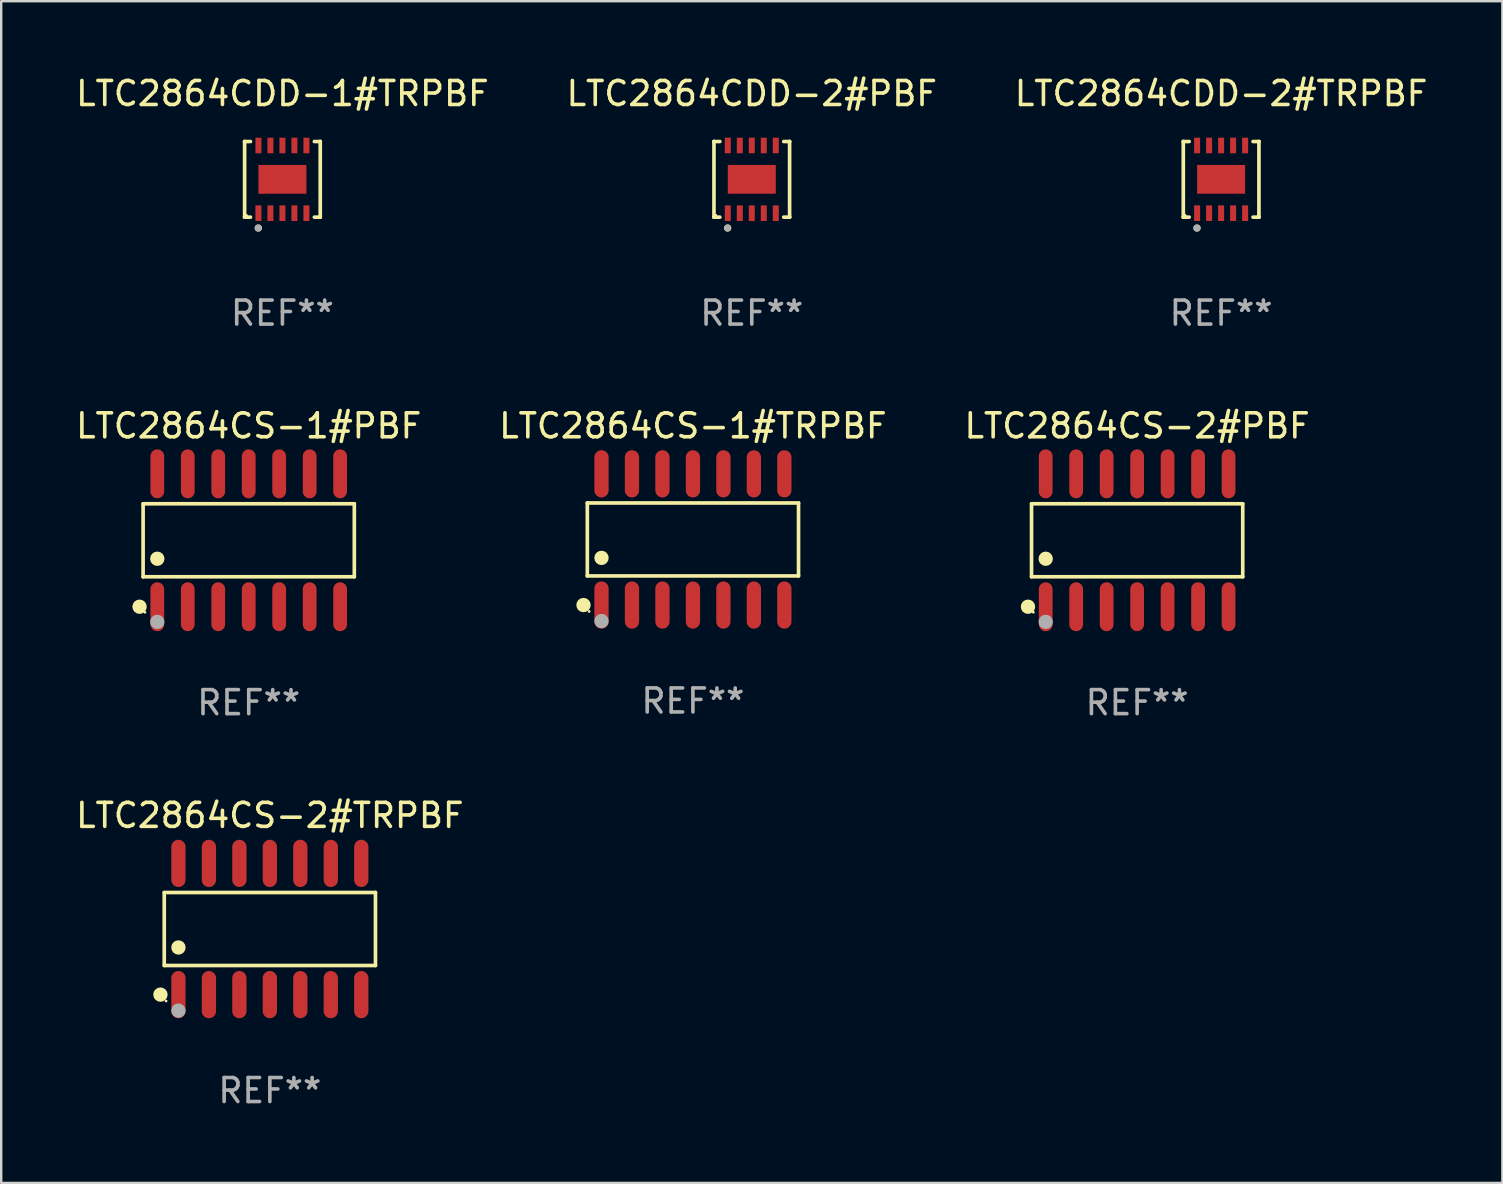
<source format=kicad_pcb>
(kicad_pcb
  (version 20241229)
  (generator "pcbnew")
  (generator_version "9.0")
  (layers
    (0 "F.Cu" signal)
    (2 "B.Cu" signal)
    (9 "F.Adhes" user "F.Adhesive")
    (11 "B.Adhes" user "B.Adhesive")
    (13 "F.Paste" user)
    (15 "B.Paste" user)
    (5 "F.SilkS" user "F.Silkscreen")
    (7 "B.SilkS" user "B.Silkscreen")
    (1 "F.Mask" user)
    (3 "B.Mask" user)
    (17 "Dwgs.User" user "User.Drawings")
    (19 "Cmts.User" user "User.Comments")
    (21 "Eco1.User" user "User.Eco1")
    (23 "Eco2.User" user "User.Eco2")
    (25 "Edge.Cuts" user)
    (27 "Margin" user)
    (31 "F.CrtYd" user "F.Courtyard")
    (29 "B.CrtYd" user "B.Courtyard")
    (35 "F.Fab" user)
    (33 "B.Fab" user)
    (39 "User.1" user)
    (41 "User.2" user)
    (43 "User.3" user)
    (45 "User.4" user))
  (footprint "LTC2864CDD-1#TRPBF"
    (layer "F.Cu")
    (at 8.72 4.424)
    (property "Reference" "LTC2864CDD-1#TRPBF" (at 0 -3.576 0) (layer "F.SilkS") (effects (font (size 1 1) (thickness 0.15))))
    (attr through_hole)
    (fp_line (start -1.576 -1.576) (end -1.576 -1.576) (stroke (width 0.152) (type solid)) (layer "F.SilkS"))
    (fp_line (start -1.576 -1.576) (end -1.331 -1.576) (stroke (width 0.152) (type solid)) (layer "F.SilkS"))
    (fp_line (start -1.576 1.576) (end -1.576 -1.576) (stroke (width 0.152) (type solid)) (layer "F.SilkS"))
    (fp_line (start -1.576 1.576) (end -1.576 1.576) (stroke (width 0.152) (type solid)) (layer "F.SilkS"))
    (fp_line (start -1.331 1.576) (end -1.576 1.576) (stroke (width 0.152) (type solid)) (layer "F.SilkS"))
    (fp_line (start 1.331 1.576) (end 1.576 1.576) (stroke (width 0.152) (type solid)) (layer "F.SilkS"))
    (fp_line (start 1.576 -1.576) (end 1.331 -1.576) (stroke (width 0.152) (type solid)) (layer "F.SilkS"))
    (fp_line (start 1.576 -1.576) (end 1.576 -1.576) (stroke (width 0.152) (type solid)) (layer "F.SilkS"))
    (fp_line (start 1.576 1.576) (end 1.576 -1.576) (stroke (width 0.152) (type solid)) (layer "F.SilkS"))
    (fp_line (start 1.576 1.576) (end 1.576 1.576) (stroke (width 0.152) (type solid)) (layer "F.SilkS"))
    (fp_circle (center -1.5 1.5) (end -1.47 1.5) (stroke (width 0.06) (type solid)) (fill no) (layer "F.SilkS"))
    (fp_circle (center -1 2.028) (end -0.925 2.028) (stroke (width 0.15) (type solid)) (fill no) (layer "F.SilkS"))
    (fp_circle (center -1.016 2.032) (end -0.941 2.032) (stroke (width 0.15) (type solid)) (fill no) (layer "F.Fab"))
    (fp_text user "REF**" (at 0 5.576 0) (layer "F.Fab") (effects (font (size 1 1) (thickness 0.15))))
    (pad "1" smd rect (at -1 1.411) (size 0.25 0.65) (layers "F.Cu" "F.Mask" "F.Paste"))
    (pad "2" smd rect (at -0.5 1.411) (size 0.25 0.65) (layers "F.Cu" "F.Mask" "F.Paste"))
    (pad "3" smd rect (at 0 1.411) (size 0.25 0.65) (layers "F.Cu" "F.Mask" "F.Paste"))
    (pad "4" smd rect (at 0.5 1.411) (size 0.25 0.65) (layers "F.Cu" "F.Mask" "F.Paste"))
    (pad "5" smd rect (at 1 1.411) (size 0.25 0.65) (layers "F.Cu" "F.Mask" "F.Paste"))
    (pad "6" smd rect (at 1 -1.411) (size 0.25 0.65) (layers "F.Cu" "F.Mask" "F.Paste"))
    (pad "7" smd rect (at 0.5 -1.411) (size 0.25 0.65) (layers "F.Cu" "F.Mask" "F.Paste"))
    (pad "8" smd rect (at 0 -1.411) (size 0.25 0.65) (layers "F.Cu" "F.Mask" "F.Paste"))
    (pad "9" smd rect (at -0.5 -1.411) (size 0.25 0.65) (layers "F.Cu" "F.Mask" "F.Paste"))
    (pad "10" smd rect (at -1 -1.411) (size 0.25 0.65) (layers "F.Cu" "F.Mask" "F.Paste"))
    (pad "11" smd rect (at 0 0) (size 2 1.2) (layers "F.Cu" "F.Mask" "F.Paste")))
  (footprint "LTC2864CS-2#TRPBF"
    (layer "F.Cu")
    (at 8.196 35.666)
    (property "Reference" "LTC2864CS-2#TRPBF" (at 0 -4.734 0) (layer "F.SilkS") (effects (font (size 1 1) (thickness 0.15))))
    (attr through_hole)
    (fp_line (start -4.401 -1.521) (end 4.401 -1.521) (stroke (width 0.152) (type solid)) (layer "F.SilkS"))
    (fp_line (start -4.401 1.521) (end -4.401 -1.521) (stroke (width 0.152) (type solid)) (layer "F.SilkS"))
    (fp_line (start 4.401 -1.521) (end 4.401 1.521) (stroke (width 0.152) (type solid)) (layer "F.SilkS"))
    (fp_line (start 4.401 1.521) (end -4.401 1.521) (stroke (width 0.152) (type solid)) (layer "F.SilkS"))
    (fp_circle (center -4.56 2.734) (end -4.41 2.734) (stroke (width 0.3) (type solid)) (fill no) (layer "F.SilkS"))
    (fp_circle (center -4.325 3) (end -4.295 3) (stroke (width 0.06) (type solid)) (fill no) (layer "F.SilkS"))
    (fp_circle (center -3.81 0.769) (end -3.66 0.769) (stroke (width 0.3) (type solid)) (fill no) (layer "F.SilkS"))
    (fp_circle (center -3.81 3.4) (end -3.66 3.4) (stroke (width 0.3) (type solid)) (fill no) (layer "F.Fab"))
    (fp_text user "REF**" (at 0 6.734 0) (layer "F.Fab") (effects (font (size 1 1) (thickness 0.15))))
    (pad "1" smd oval (at -3.81 2.734) (size 0.595 1.968) (layers "F.Cu" "F.Mask" "F.Paste"))
    (pad "2" smd oval (at -2.54 2.734) (size 0.595 1.968) (layers "F.Cu" "F.Mask" "F.Paste"))
    (pad "3" smd oval (at -1.27 2.734) (size 0.595 1.968) (layers "F.Cu" "F.Mask" "F.Paste"))
    (pad "4" smd oval (at 0 2.734) (size 0.595 1.968) (layers "F.Cu" "F.Mask" "F.Paste"))
    (pad "5" smd oval (at 1.27 2.734) (size 0.595 1.968) (layers "F.Cu" "F.Mask" "F.Paste"))
    (pad "6" smd oval (at 2.54 2.734) (size 0.595 1.968) (layers "F.Cu" "F.Mask" "F.Paste"))
    (pad "7" smd oval (at 3.81 2.734) (size 0.595 1.968) (layers "F.Cu" "F.Mask" "F.Paste"))
    (pad "8" smd oval (at 3.81 -2.734) (size 0.595 1.968) (layers "F.Cu" "F.Mask" "F.Paste"))
    (pad "9" smd oval (at 2.54 -2.734) (size 0.595 1.968) (layers "F.Cu" "F.Mask" "F.Paste"))
    (pad "10" smd oval (at 1.27 -2.734) (size 0.595 1.968) (layers "F.Cu" "F.Mask" "F.Paste"))
    (pad "11" smd oval (at 0 -2.734) (size 0.595 1.968) (layers "F.Cu" "F.Mask" "F.Paste"))
    (pad "12" smd oval (at -1.27 -2.734) (size 0.595 1.968) (layers "F.Cu" "F.Mask" "F.Paste"))
    (pad "13" smd oval (at -2.54 -2.734) (size 0.595 1.968) (layers "F.Cu" "F.Mask" "F.Paste"))
    (pad "14" smd oval (at -3.81 -2.734) (size 0.595 1.968) (layers "F.Cu" "F.Mask" "F.Paste")))
  (footprint "LTC2864CDD-2#PBF"
    (layer "F.Cu")
    (at 28.28 4.424)
    (property "Reference" "LTC2864CDD-2#PBF" (at 0 -3.576 0) (layer "F.SilkS") (effects (font (size 1 1) (thickness 0.15))))
    (attr through_hole)
    (fp_line (start -1.576 -1.576) (end -1.576 -1.576) (stroke (width 0.152) (type solid)) (layer "F.SilkS"))
    (fp_line (start -1.576 -1.576) (end -1.331 -1.576) (stroke (width 0.152) (type solid)) (layer "F.SilkS"))
    (fp_line (start -1.576 1.576) (end -1.576 -1.576) (stroke (width 0.152) (type solid)) (layer "F.SilkS"))
    (fp_line (start -1.576 1.576) (end -1.576 1.576) (stroke (width 0.152) (type solid)) (layer "F.SilkS"))
    (fp_line (start -1.331 1.576) (end -1.576 1.576) (stroke (width 0.152) (type solid)) (layer "F.SilkS"))
    (fp_line (start 1.331 1.576) (end 1.576 1.576) (stroke (width 0.152) (type solid)) (layer "F.SilkS"))
    (fp_line (start 1.576 -1.576) (end 1.331 -1.576) (stroke (width 0.152) (type solid)) (layer "F.SilkS"))
    (fp_line (start 1.576 -1.576) (end 1.576 -1.576) (stroke (width 0.152) (type solid)) (layer "F.SilkS"))
    (fp_line (start 1.576 1.576) (end 1.576 -1.576) (stroke (width 0.152) (type solid)) (layer "F.SilkS"))
    (fp_line (start 1.576 1.576) (end 1.576 1.576) (stroke (width 0.152) (type solid)) (layer "F.SilkS"))
    (fp_circle (center -1.5 1.5) (end -1.47 1.5) (stroke (width 0.06) (type solid)) (fill no) (layer "F.SilkS"))
    (fp_circle (center -1 2.028) (end -0.925 2.028) (stroke (width 0.15) (type solid)) (fill no) (layer "F.SilkS"))
    (fp_circle (center -1.016 2.032) (end -0.941 2.032) (stroke (width 0.15) (type solid)) (fill no) (layer "F.Fab"))
    (fp_text user "REF**" (at 0 5.576 0) (layer "F.Fab") (effects (font (size 1 1) (thickness 0.15))))
    (pad "1" smd rect (at -1 1.411) (size 0.25 0.65) (layers "F.Cu" "F.Mask" "F.Paste"))
    (pad "2" smd rect (at -0.5 1.411) (size 0.25 0.65) (layers "F.Cu" "F.Mask" "F.Paste"))
    (pad "3" smd rect (at 0 1.411) (size 0.25 0.65) (layers "F.Cu" "F.Mask" "F.Paste"))
    (pad "4" smd rect (at 0.5 1.411) (size 0.25 0.65) (layers "F.Cu" "F.Mask" "F.Paste"))
    (pad "5" smd rect (at 1 1.411) (size 0.25 0.65) (layers "F.Cu" "F.Mask" "F.Paste"))
    (pad "6" smd rect (at 1 -1.411) (size 0.25 0.65) (layers "F.Cu" "F.Mask" "F.Paste"))
    (pad "7" smd rect (at 0.5 -1.411) (size 0.25 0.65) (layers "F.Cu" "F.Mask" "F.Paste"))
    (pad "8" smd rect (at 0 -1.411) (size 0.25 0.65) (layers "F.Cu" "F.Mask" "F.Paste"))
    (pad "9" smd rect (at -0.5 -1.411) (size 0.25 0.65) (layers "F.Cu" "F.Mask" "F.Paste"))
    (pad "10" smd rect (at -1 -1.411) (size 0.25 0.65) (layers "F.Cu" "F.Mask" "F.Paste"))
    (pad "11" smd rect (at 0 0) (size 2 1.2) (layers "F.Cu" "F.Mask" "F.Paste")))
  (footprint "LTC2864CS-1#PBF"
    (layer "F.Cu")
    (at 7.315 19.466)
    (property "Reference" "LTC2864CS-1#PBF" (at 0 -4.769 0) (layer "F.SilkS") (effects (font (size 1 1) (thickness 0.15))))
    (attr through_hole)
    (fp_line (start -4.401 -1.521) (end 4.401 -1.521) (stroke (width 0.152) (type solid)) (layer "F.SilkS"))
    (fp_line (start -4.401 1.521) (end -4.401 -1.521) (stroke (width 0.152) (type solid)) (layer "F.SilkS"))
    (fp_line (start 4.401 -1.521) (end 4.401 1.521) (stroke (width 0.152) (type solid)) (layer "F.SilkS"))
    (fp_line (start 4.401 1.521) (end -4.401 1.521) (stroke (width 0.152) (type solid)) (layer "F.SilkS"))
    (fp_circle (center -4.549 2.769) (end -4.399 2.769) (stroke (width 0.3) (type solid)) (fill no) (layer "F.SilkS"))
    (fp_circle (center -4.325 3) (end -4.295 3) (stroke (width 0.06) (type solid)) (fill no) (layer "F.SilkS"))
    (fp_circle (center -3.81 0.769) (end -3.66 0.769) (stroke (width 0.3) (type solid)) (fill no) (layer "F.SilkS"))
    (fp_circle (center -3.81 3.4) (end -3.66 3.4) (stroke (width 0.3) (type solid)) (fill no) (layer "F.Fab"))
    (fp_text user "REF**" (at 0 6.769 0) (layer "F.Fab") (effects (font (size 1 1) (thickness 0.15))))
    (pad "1" smd oval (at -3.81 2.769) (size 0.574 2.038) (layers "F.Cu" "F.Mask" "F.Paste"))
    (pad "2" smd oval (at -2.54 2.769) (size 0.574 2.038) (layers "F.Cu" "F.Mask" "F.Paste"))
    (pad "3" smd oval (at -1.27 2.769) (size 0.574 2.038) (layers "F.Cu" "F.Mask" "F.Paste"))
    (pad "4" smd oval (at 0 2.769) (size 0.574 2.038) (layers "F.Cu" "F.Mask" "F.Paste"))
    (pad "5" smd oval (at 1.27 2.769) (size 0.574 2.038) (layers "F.Cu" "F.Mask" "F.Paste"))
    (pad "6" smd oval (at 2.54 2.769) (size 0.574 2.038) (layers "F.Cu" "F.Mask" "F.Paste"))
    (pad "7" smd oval (at 3.81 2.769) (size 0.574 2.038) (layers "F.Cu" "F.Mask" "F.Paste"))
    (pad "8" smd oval (at 3.81 -2.769) (size 0.574 2.038) (layers "F.Cu" "F.Mask" "F.Paste"))
    (pad "9" smd oval (at 2.54 -2.769) (size 0.574 2.038) (layers "F.Cu" "F.Mask" "F.Paste"))
    (pad "10" smd oval (at 1.27 -2.769) (size 0.574 2.038) (layers "F.Cu" "F.Mask" "F.Paste"))
    (pad "11" smd oval (at 0 -2.769) (size 0.574 2.038) (layers "F.Cu" "F.Mask" "F.Paste"))
    (pad "12" smd oval (at -1.27 -2.769) (size 0.574 2.038) (layers "F.Cu" "F.Mask" "F.Paste"))
    (pad "13" smd oval (at -2.54 -2.769) (size 0.574 2.038) (layers "F.Cu" "F.Mask" "F.Paste"))
    (pad "14" smd oval (at -3.81 -2.769) (size 0.574 2.038) (layers "F.Cu" "F.Mask" "F.Paste")))
  (footprint "LTC2864CS-1#TRPBF"
    (layer "F.Cu")
    (at 25.827 19.431)
    (property "Reference" "LTC2864CS-1#TRPBF" (at 0 -4.734 0) (layer "F.SilkS") (effects (font (size 1 1) (thickness 0.15))))
    (attr through_hole)
    (fp_line (start -4.401 -1.521) (end 4.401 -1.521) (stroke (width 0.152) (type solid)) (layer "F.SilkS"))
    (fp_line (start -4.401 1.521) (end -4.401 -1.521) (stroke (width 0.152) (type solid)) (layer "F.SilkS"))
    (fp_line (start 4.401 -1.521) (end 4.401 1.521) (stroke (width 0.152) (type solid)) (layer "F.SilkS"))
    (fp_line (start 4.401 1.521) (end -4.401 1.521) (stroke (width 0.152) (type solid)) (layer "F.SilkS"))
    (fp_circle (center -4.56 2.734) (end -4.41 2.734) (stroke (width 0.3) (type solid)) (fill no) (layer "F.SilkS"))
    (fp_circle (center -4.325 3) (end -4.295 3) (stroke (width 0.06) (type solid)) (fill no) (layer "F.SilkS"))
    (fp_circle (center -3.81 0.769) (end -3.66 0.769) (stroke (width 0.3) (type solid)) (fill no) (layer "F.SilkS"))
    (fp_circle (center -3.81 3.4) (end -3.66 3.4) (stroke (width 0.3) (type solid)) (fill no) (layer "F.Fab"))
    (fp_text user "REF**" (at 0 6.734 0) (layer "F.Fab") (effects (font (size 1 1) (thickness 0.15))))
    (pad "1" smd oval (at -3.81 2.734) (size 0.595 1.968) (layers "F.Cu" "F.Mask" "F.Paste"))
    (pad "2" smd oval (at -2.54 2.734) (size 0.595 1.968) (layers "F.Cu" "F.Mask" "F.Paste"))
    (pad "3" smd oval (at -1.27 2.734) (size 0.595 1.968) (layers "F.Cu" "F.Mask" "F.Paste"))
    (pad "4" smd oval (at 0 2.734) (size 0.595 1.968) (layers "F.Cu" "F.Mask" "F.Paste"))
    (pad "5" smd oval (at 1.27 2.734) (size 0.595 1.968) (layers "F.Cu" "F.Mask" "F.Paste"))
    (pad "6" smd oval (at 2.54 2.734) (size 0.595 1.968) (layers "F.Cu" "F.Mask" "F.Paste"))
    (pad "7" smd oval (at 3.81 2.734) (size 0.595 1.968) (layers "F.Cu" "F.Mask" "F.Paste"))
    (pad "8" smd oval (at 3.81 -2.734) (size 0.595 1.968) (layers "F.Cu" "F.Mask" "F.Paste"))
    (pad "9" smd oval (at 2.54 -2.734) (size 0.595 1.968) (layers "F.Cu" "F.Mask" "F.Paste"))
    (pad "10" smd oval (at 1.27 -2.734) (size 0.595 1.968) (layers "F.Cu" "F.Mask" "F.Paste"))
    (pad "11" smd oval (at 0 -2.734) (size 0.595 1.968) (layers "F.Cu" "F.Mask" "F.Paste"))
    (pad "12" smd oval (at -1.27 -2.734) (size 0.595 1.968) (layers "F.Cu" "F.Mask" "F.Paste"))
    (pad "13" smd oval (at -2.54 -2.734) (size 0.595 1.968) (layers "F.Cu" "F.Mask" "F.Paste"))
    (pad "14" smd oval (at -3.81 -2.734) (size 0.595 1.968) (layers "F.Cu" "F.Mask" "F.Paste")))
  (footprint "LTC2864CS-2#PBF"
    (layer "F.Cu")
    (at 44.339 19.466)
    (property "Reference" "LTC2864CS-2#PBF" (at 0 -4.769 0) (layer "F.SilkS") (effects (font (size 1 1) (thickness 0.15))))
    (attr through_hole)
    (fp_line (start -4.401 -1.521) (end 4.401 -1.521) (stroke (width 0.152) (type solid)) (layer "F.SilkS"))
    (fp_line (start -4.401 1.521) (end -4.401 -1.521) (stroke (width 0.152) (type solid)) (layer "F.SilkS"))
    (fp_line (start 4.401 -1.521) (end 4.401 1.521) (stroke (width 0.152) (type solid)) (layer "F.SilkS"))
    (fp_line (start 4.401 1.521) (end -4.401 1.521) (stroke (width 0.152) (type solid)) (layer "F.SilkS"))
    (fp_circle (center -4.549 2.769) (end -4.399 2.769) (stroke (width 0.3) (type solid)) (fill no) (layer "F.SilkS"))
    (fp_circle (center -4.325 3) (end -4.295 3) (stroke (width 0.06) (type solid)) (fill no) (layer "F.SilkS"))
    (fp_circle (center -3.81 0.769) (end -3.66 0.769) (stroke (width 0.3) (type solid)) (fill no) (layer "F.SilkS"))
    (fp_circle (center -3.81 3.4) (end -3.66 3.4) (stroke (width 0.3) (type solid)) (fill no) (layer "F.Fab"))
    (fp_text user "REF**" (at 0 6.769 0) (layer "F.Fab") (effects (font (size 1 1) (thickness 0.15))))
    (pad "1" smd oval (at -3.81 2.769) (size 0.574 2.038) (layers "F.Cu" "F.Mask" "F.Paste"))
    (pad "2" smd oval (at -2.54 2.769) (size 0.574 2.038) (layers "F.Cu" "F.Mask" "F.Paste"))
    (pad "3" smd oval (at -1.27 2.769) (size 0.574 2.038) (layers "F.Cu" "F.Mask" "F.Paste"))
    (pad "4" smd oval (at 0 2.769) (size 0.574 2.038) (layers "F.Cu" "F.Mask" "F.Paste"))
    (pad "5" smd oval (at 1.27 2.769) (size 0.574 2.038) (layers "F.Cu" "F.Mask" "F.Paste"))
    (pad "6" smd oval (at 2.54 2.769) (size 0.574 2.038) (layers "F.Cu" "F.Mask" "F.Paste"))
    (pad "7" smd oval (at 3.81 2.769) (size 0.574 2.038) (layers "F.Cu" "F.Mask" "F.Paste"))
    (pad "8" smd oval (at 3.81 -2.769) (size 0.574 2.038) (layers "F.Cu" "F.Mask" "F.Paste"))
    (pad "9" smd oval (at 2.54 -2.769) (size 0.574 2.038) (layers "F.Cu" "F.Mask" "F.Paste"))
    (pad "10" smd oval (at 1.27 -2.769) (size 0.574 2.038) (layers "F.Cu" "F.Mask" "F.Paste"))
    (pad "11" smd oval (at 0 -2.769) (size 0.574 2.038) (layers "F.Cu" "F.Mask" "F.Paste"))
    (pad "12" smd oval (at -1.27 -2.769) (size 0.574 2.038) (layers "F.Cu" "F.Mask" "F.Paste"))
    (pad "13" smd oval (at -2.54 -2.769) (size 0.574 2.038) (layers "F.Cu" "F.Mask" "F.Paste"))
    (pad "14" smd oval (at -3.81 -2.769) (size 0.574 2.038) (layers "F.Cu" "F.Mask" "F.Paste")))
  (footprint "LTC2864CDD-2#TRPBF"
    (layer "F.Cu")
    (at 47.839 4.424)
    (property "Reference" "LTC2864CDD-2#TRPBF" (at 0 -3.576 0) (layer "F.SilkS") (effects (font (size 1 1) (thickness 0.15))))
    (attr through_hole)
    (fp_line (start -1.576 -1.576) (end -1.576 -1.576) (stroke (width 0.152) (type solid)) (layer "F.SilkS"))
    (fp_line (start -1.576 -1.576) (end -1.331 -1.576) (stroke (width 0.152) (type solid)) (layer "F.SilkS"))
    (fp_line (start -1.576 1.576) (end -1.576 -1.576) (stroke (width 0.152) (type solid)) (layer "F.SilkS"))
    (fp_line (start -1.576 1.576) (end -1.576 1.576) (stroke (width 0.152) (type solid)) (layer "F.SilkS"))
    (fp_line (start -1.331 1.576) (end -1.576 1.576) (stroke (width 0.152) (type solid)) (layer "F.SilkS"))
    (fp_line (start 1.331 1.576) (end 1.576 1.576) (stroke (width 0.152) (type solid)) (layer "F.SilkS"))
    (fp_line (start 1.576 -1.576) (end 1.331 -1.576) (stroke (width 0.152) (type solid)) (layer "F.SilkS"))
    (fp_line (start 1.576 -1.576) (end 1.576 -1.576) (stroke (width 0.152) (type solid)) (layer "F.SilkS"))
    (fp_line (start 1.576 1.576) (end 1.576 -1.576) (stroke (width 0.152) (type solid)) (layer "F.SilkS"))
    (fp_line (start 1.576 1.576) (end 1.576 1.576) (stroke (width 0.152) (type solid)) (layer "F.SilkS"))
    (fp_circle (center -1.5 1.5) (end -1.47 1.5) (stroke (width 0.06) (type solid)) (fill no) (layer "F.SilkS"))
    (fp_circle (center -1 2.028) (end -0.925 2.028) (stroke (width 0.15) (type solid)) (fill no) (layer "F.SilkS"))
    (fp_circle (center -1.016 2.032) (end -0.941 2.032) (stroke (width 0.15) (type solid)) (fill no) (layer "F.Fab"))
    (fp_text user "REF**" (at 0 5.576 0) (layer "F.Fab") (effects (font (size 1 1) (thickness 0.15))))
    (pad "1" smd rect (at -1 1.411) (size 0.25 0.65) (layers "F.Cu" "F.Mask" "F.Paste"))
    (pad "2" smd rect (at -0.5 1.411) (size 0.25 0.65) (layers "F.Cu" "F.Mask" "F.Paste"))
    (pad "3" smd rect (at 0 1.411) (size 0.25 0.65) (layers "F.Cu" "F.Mask" "F.Paste"))
    (pad "4" smd rect (at 0.5 1.411) (size 0.25 0.65) (layers "F.Cu" "F.Mask" "F.Paste"))
    (pad "5" smd rect (at 1 1.411) (size 0.25 0.65) (layers "F.Cu" "F.Mask" "F.Paste"))
    (pad "6" smd rect (at 1 -1.411) (size 0.25 0.65) (layers "F.Cu" "F.Mask" "F.Paste"))
    (pad "7" smd rect (at 0.5 -1.411) (size 0.25 0.65) (layers "F.Cu" "F.Mask" "F.Paste"))
    (pad "8" smd rect (at 0 -1.411) (size 0.25 0.65) (layers "F.Cu" "F.Mask" "F.Paste"))
    (pad "9" smd rect (at -0.5 -1.411) (size 0.25 0.65) (layers "F.Cu" "F.Mask" "F.Paste"))
    (pad "10" smd rect (at -1 -1.411) (size 0.25 0.65) (layers "F.Cu" "F.Mask" "F.Paste"))
    (pad "11" smd rect (at 0 0) (size 2 1.2) (layers "F.Cu" "F.Mask" "F.Paste")))
  (gr_rect
    (start -3 -3)
    (end 59.56 46.248)
    (stroke (width 0.1) (type default))
    (fill no)
    (layer "Edge.Cuts")))
</source>
